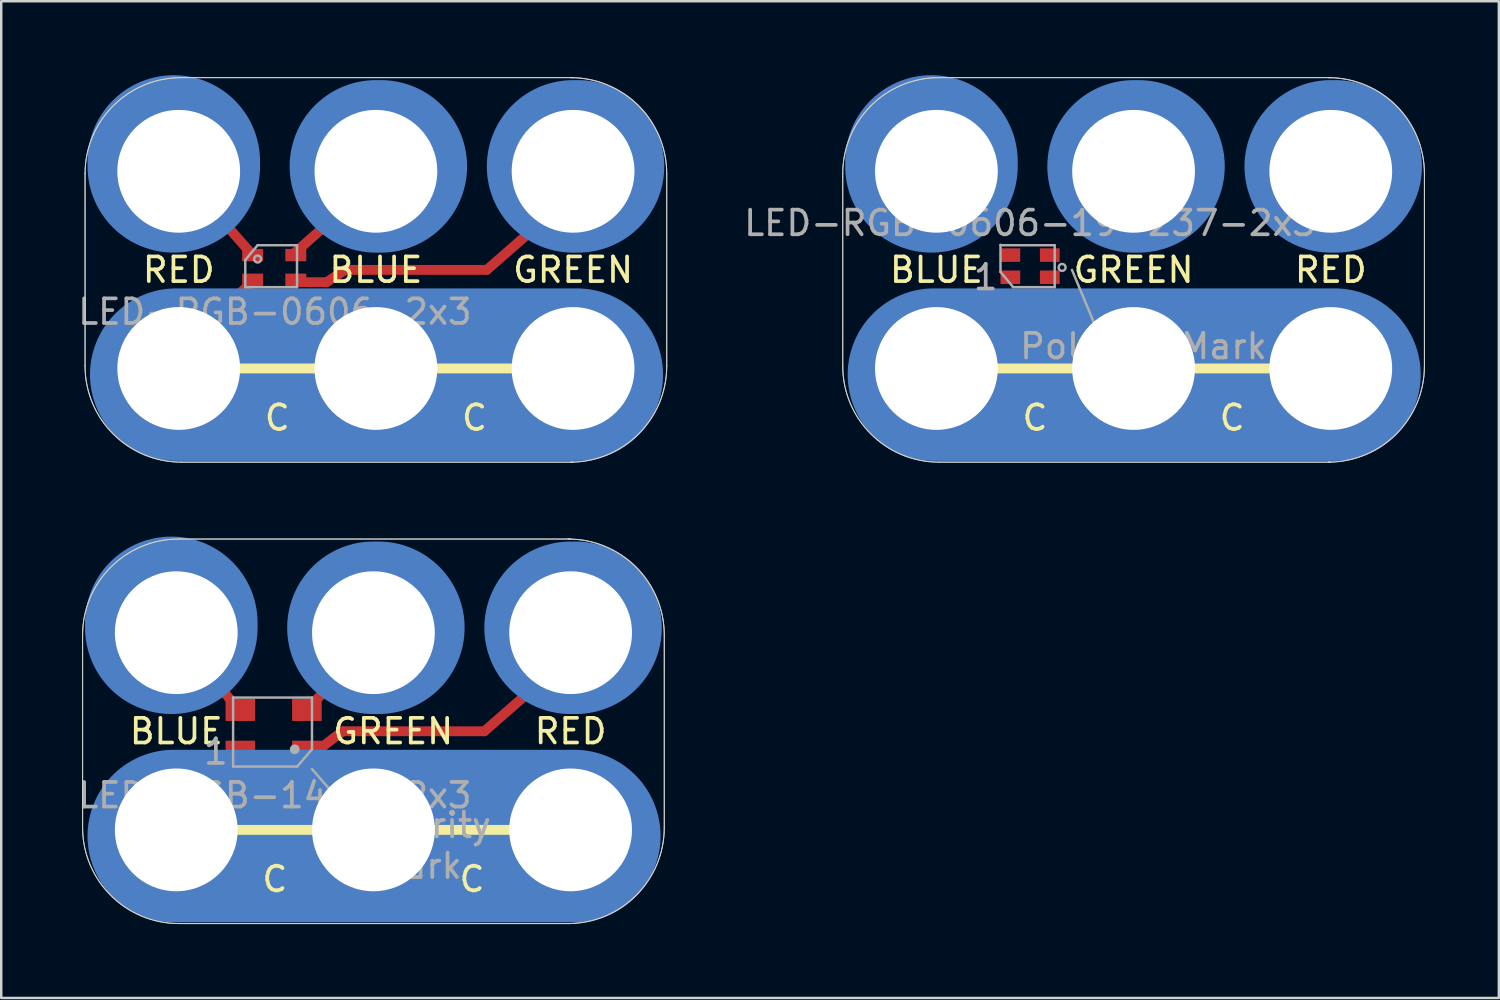
<source format=kicad_pcb>
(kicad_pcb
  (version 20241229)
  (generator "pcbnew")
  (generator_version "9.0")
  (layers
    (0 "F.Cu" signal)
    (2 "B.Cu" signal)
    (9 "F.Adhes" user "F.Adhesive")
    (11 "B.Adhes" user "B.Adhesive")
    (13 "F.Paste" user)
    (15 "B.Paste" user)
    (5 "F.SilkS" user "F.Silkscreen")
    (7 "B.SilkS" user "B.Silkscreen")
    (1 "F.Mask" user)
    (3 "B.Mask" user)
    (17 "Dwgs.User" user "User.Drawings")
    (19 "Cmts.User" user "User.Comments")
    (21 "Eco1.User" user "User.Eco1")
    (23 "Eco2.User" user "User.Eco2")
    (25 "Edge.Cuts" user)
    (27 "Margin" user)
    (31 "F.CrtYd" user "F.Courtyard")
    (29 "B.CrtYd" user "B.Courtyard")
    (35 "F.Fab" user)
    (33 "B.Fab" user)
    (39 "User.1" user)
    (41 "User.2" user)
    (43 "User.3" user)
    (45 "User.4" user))
  (footprint "LED-RGB-0606-2x3"
    (layer "F.Cu")
    (at 4.201 11.9)
    (property "Reference" "LED-RGB-0606-2x3" (at 3.9 -2.3 0) (layer "F.Fab") (effects (font (size 1 1) (thickness 0.15))))
    (attr through_hole)
    (fp_line (start 3 -4.6) (end 0 -8) (stroke (width 0.4) (type solid)) (layer "F.Cu"))
    (fp_line (start 3.1 -3.6) (end -0.3 -0.6) (stroke (width 0.4) (type solid)) (layer "F.Cu"))
    (fp_line (start 4.6 -4.6) (end 8 -7.6) (stroke (width 0.4) (type solid)) (layer "F.Cu"))
    (fp_line (start 4.75 -3.5) (end 6 -3.5) (stroke (width 0.4) (type solid)) (layer "F.Cu"))
    (fp_line (start 6 -3.5) (end 6.75 -4) (stroke (width 0.4) (type solid)) (layer "F.Cu"))
    (fp_line (start 6.75 -4) (end 12.5 -4) (stroke (width 0.4) (type solid)) (layer "F.Cu"))
    (fp_line (start 12.5 -4) (end 16.5 -7.5) (stroke (width 0.4) (type solid)) (layer "F.Cu"))
    (fp_line (start -0.2 -8.2) (end -0.2 -8.4) (stroke (width 7) (type solid)) (layer "B.Cu"))
    (fp_line (start -0.1 0.25) (end 16.15 0.25) (stroke (width 7) (type solid)) (layer "B.Cu"))
    (fp_line (start 8 -8.2) (end 8.2 -8.2) (stroke (width 7) (type solid)) (layer "B.Cu"))
    (fp_line (start 16 -8.2) (end 16.2 -8.2) (stroke (width 7) (type solid)) (layer "B.Cu"))
    (fp_line (start -0.2 -8.2) (end -0.2 -8.4) (stroke (width 7) (type solid)) (layer "B.Mask"))
    (fp_line (start 8 -8.2) (end 8.2 -8.2) (stroke (width 7) (type solid)) (layer "B.Mask"))
    (fp_line (start 16 -8.2) (end 16.2 -8.2) (stroke (width 7) (type solid)) (layer "B.Mask"))
    (fp_line (start 16.25 0.25) (end -0.25 0.25) (stroke (width 7) (type solid)) (layer "B.Mask"))
    (fp_line (start 0.25 0) (end 16.5 0) (stroke (width 0.4) (type solid)) (layer "F.SilkS"))
    (fp_line (start -3.8 -0.1) (end -3.8 -7.9) (stroke (width 0.041) (type solid)) (layer "Edge.Cuts"))
    (fp_line (start 16 -11.8) (end 0.1 -11.8) (stroke (width 0.041) (type solid)) (layer "Edge.Cuts"))
    (fp_line (start 16 3.8) (end 0.1 3.8) (stroke (width 0.041) (type solid)) (layer "Edge.Cuts"))
    (fp_line (start 19.8 -0.1) (end 19.8 -7.9) (stroke (width 0.041) (type solid)) (layer "Edge.Cuts"))
    (fp_arc (start -3.8 -7.9) (mid -2.657716 -10.657716) (end 0.1 -11.8) (stroke (width 0.04064) (type solid)) (layer "Edge.Cuts"))
    (fp_arc (start 0.1 3.8) (mid -2.657716 2.657716) (end -3.8 -0.1) (stroke (width 0.04064) (type solid)) (layer "Edge.Cuts"))
    (fp_arc (start 15.9 -11.8) (mid 18.657716 -10.657716) (end 19.8 -7.9) (stroke (width 0.04064) (type solid)) (layer "Edge.Cuts"))
    (fp_arc (start 19.8 -0.1) (mid 18.657716 2.657716) (end 15.9 3.8) (stroke (width 0.04064) (type solid)) (layer "Edge.Cuts"))
    (fp_line (start -3.8 -0.1) (end -3.8 -7.9) (stroke (width 0.041) (type solid)) (layer "F.Fab"))
    (fp_line (start 2.7 -4.4) (end 2.7 -3.3) (stroke (width 0.1) (type solid)) (layer "F.Fab"))
    (fp_line (start 2.7 -3.3) (end 4.8 -3.3) (stroke (width 0.1) (type solid)) (layer "F.Fab"))
    (fp_line (start 3.2 -5) (end 2.7 -4.4) (stroke (width 0.1) (type solid)) (layer "F.Fab"))
    (fp_line (start 3.2 -5) (end 4.8 -5) (stroke (width 0.1) (type solid)) (layer "F.Fab"))
    (fp_line (start 4.8 -3.3) (end 4.8 -5) (stroke (width 0.1) (type solid)) (layer "F.Fab"))
    (fp_line (start 16 -11.8) (end 0.1 -11.8) (stroke (width 0.041) (type solid)) (layer "F.Fab"))
    (fp_line (start 16 3.8) (end 0.1 3.8) (stroke (width 0.041) (type solid)) (layer "F.Fab"))
    (fp_line (start 19.8 -0.1) (end 19.8 -7.9) (stroke (width 0.041) (type solid)) (layer "F.Fab"))
    (fp_arc (start -3.8 -7.9) (mid -2.657716 -10.657716) (end 0.1 -11.8) (stroke (width 0.04064) (type solid)) (layer "F.Fab"))
    (fp_arc (start 0.1 3.8) (mid -2.657716 2.657716) (end -3.8 -0.1) (stroke (width 0.04064) (type solid)) (layer "F.Fab"))
    (fp_arc (start 15.9 -11.8) (mid 18.657716 -10.657716) (end 19.8 -7.9) (stroke (width 0.04064) (type solid)) (layer "F.Fab"))
    (fp_arc (start 19.8 -0.1) (mid 18.657716 2.657716) (end 15.9 3.8) (stroke (width 0.04064) (type solid)) (layer "F.Fab"))
    (fp_circle (center 3.2 -4.441) (end 3.3 -4.341) (stroke (width 0.1) (type solid)) (fill no) (layer "F.Fab"))
    (fp_text user "BLUE" (at 8 -4 0) (layer "F.SilkS") (effects (font (size 1 1) (thickness 0.15))))
    (fp_text user "GREEN" (at 16 -4 0) (layer "F.SilkS") (effects (font (size 1 1) (thickness 0.15))))
    (fp_text user "C" (at 4 2 0) (layer "F.SilkS") (effects (font (size 1 1) (thickness 0.15))))
    (fp_text user "C" (at 12 2 0) (layer "F.SilkS") (effects (font (size 1 1) (thickness 0.15))))
    (fp_text user "RED" (at 0 -4 180) (layer "F.SilkS") (effects (font (size 1 1) (thickness 0.15))))
    (pad "1" thru_hole circle (at 0 -8) (size 6 6) (drill 4.98) (layers "*.Cu" "B.Mask"))
    (pad "1" smd rect (at 3 -4.6) (size 0.85 0.5) (layers "F.Cu" "F.Mask" "F.Paste"))
    (pad "2" smd rect (at 4.75 -4.6) (size 0.85 0.5) (layers "F.Cu" "F.Mask" "F.Paste"))
    (pad "2" thru_hole circle (at 8 -8) (size 6 6) (drill 4.98) (layers "*.Cu" "B.Mask"))
    (pad "3" thru_hole circle (at 0 0) (size 6 6) (drill 4.98) (layers "*.Cu" "B.Mask"))
    (pad "3" smd rect (at 3 -3.6) (size 0.85 0.5) (layers "F.Cu" "F.Mask" "F.Paste"))
    (pad "3" thru_hole circle (at 8 0) (size 6 6) (drill 4.98) (layers "*.Cu" "B.Mask"))
    (pad "3" thru_hole circle (at 16 0) (size 6 6) (drill 4.98) (layers "*.Cu" "B.Mask"))
    (pad "4" smd rect (at 4.75 -3.6) (size 0.85 0.5) (layers "F.Cu" "F.Mask" "F.Paste"))
    (pad "4" thru_hole circle (at 16 -8) (size 6 6) (drill 4.98) (layers "*.Cu" "B.Mask")))
  (footprint "LED-RGB-0606-19-237-2x3"
    (layer "F.Cu")
    (at 34.942 11.9)
    (property "Reference" "LED-RGB-0606-19-237-2x3" (at 3.8 -5.9 0) (layer "F.Fab") (effects (font (size 1 1) (thickness 0.15))))
    (attr through_hole)
    (fp_line (start -0.2 -8.2) (end -0.2 -8.4) (stroke (width 7) (type solid)) (layer "B.Cu"))
    (fp_line (start -0.1 0.25) (end 16.15 0.25) (stroke (width 7) (type solid)) (layer "B.Cu"))
    (fp_line (start 8 -8.2) (end 8.2 -8.2) (stroke (width 7) (type solid)) (layer "B.Cu"))
    (fp_line (start 16 -8.2) (end 16.2 -8.2) (stroke (width 7) (type solid)) (layer "B.Cu"))
    (fp_line (start -0.2 -8.2) (end -0.2 -8.4) (stroke (width 7) (type solid)) (layer "B.Mask"))
    (fp_line (start 8 -8.2) (end 8.2 -8.2) (stroke (width 7) (type solid)) (layer "B.Mask"))
    (fp_line (start 16 -8.2) (end 16.2 -8.2) (stroke (width 7) (type solid)) (layer "B.Mask"))
    (fp_line (start 16.25 0.25) (end -0.25 0.25) (stroke (width 7) (type solid)) (layer "B.Mask"))
    (fp_line (start 0.25 0) (end 16.5 0) (stroke (width 0.4) (type solid)) (layer "F.SilkS"))
    (fp_line (start -3.8 -0.1) (end -3.8 -7.9) (stroke (width 0.041) (type solid)) (layer "Edge.Cuts"))
    (fp_line (start 16 -11.8) (end 0.1 -11.8) (stroke (width 0.041) (type solid)) (layer "Edge.Cuts"))
    (fp_line (start 16 3.8) (end 0.1 3.8) (stroke (width 0.041) (type solid)) (layer "Edge.Cuts"))
    (fp_line (start 19.8 -0.1) (end 19.8 -7.9) (stroke (width 0.041) (type solid)) (layer "Edge.Cuts"))
    (fp_arc (start -3.8 -7.9) (mid -2.657716 -10.657716) (end 0.1 -11.8) (stroke (width 0.04064) (type solid)) (layer "Edge.Cuts"))
    (fp_arc (start 0.1 3.8) (mid -2.657716 2.657716) (end -3.8 -0.1) (stroke (width 0.04064) (type solid)) (layer "Edge.Cuts"))
    (fp_arc (start 15.9 -11.8) (mid 18.657716 -10.657716) (end 19.8 -7.9) (stroke (width 0.04064) (type solid)) (layer "Edge.Cuts"))
    (fp_arc (start 19.8 -0.1) (mid 18.657716 2.657716) (end 15.9 3.8) (stroke (width 0.04064) (type solid)) (layer "Edge.Cuts"))
    (fp_line (start -3.8 -0.1) (end -3.8 -7.9) (stroke (width 0.041) (type solid)) (layer "F.Fab"))
    (fp_line (start 2.6 -5) (end 4.8 -5) (stroke (width 0.1) (type solid)) (layer "F.Fab"))
    (fp_line (start 2.6 -3.918) (end 2.6 -5.018) (stroke (width 0.1) (type solid)) (layer "F.Fab"))
    (fp_line (start 3.1 -3.318) (end 2.6 -3.918) (stroke (width 0.1) (type solid)) (layer "F.Fab"))
    (fp_line (start 3.1 -3.3) (end 4.8 -3.3) (stroke (width 0.1) (type solid)) (layer "F.Fab"))
    (fp_line (start 4.8 -3.3) (end 4.8 -5) (stroke (width 0.1) (type solid)) (layer "F.Fab"))
    (fp_line (start 5.5 -4) (end 6.5 -1.6) (stroke (width 0.1) (type solid)) (layer "F.Fab"))
    (fp_line (start 16 -11.8) (end 0.1 -11.8) (stroke (width 0.041) (type solid)) (layer "F.Fab"))
    (fp_line (start 16 3.8) (end 0.1 3.8) (stroke (width 0.041) (type solid)) (layer "F.Fab"))
    (fp_line (start 19.8 -0.1) (end 19.8 -7.9) (stroke (width 0.041) (type solid)) (layer "F.Fab"))
    (fp_arc (start -3.8 -7.9) (mid -2.657716 -10.657716) (end 0.1 -11.8) (stroke (width 0.04064) (type solid)) (layer "F.Fab"))
    (fp_arc (start 0.1 3.8) (mid -2.657716 2.657716) (end -3.8 -0.1) (stroke (width 0.04064) (type solid)) (layer "F.Fab"))
    (fp_arc (start 15.9 -11.8) (mid 18.657716 -10.657716) (end 19.8 -7.9) (stroke (width 0.04064) (type solid)) (layer "F.Fab"))
    (fp_arc (start 19.8 -0.1) (mid 18.657716 2.657716) (end 15.9 3.8) (stroke (width 0.04064) (type solid)) (layer "F.Fab"))
    (fp_circle (center 5.1 -4.1) (end 5.2 -4) (stroke (width 0.1) (type solid)) (fill no) (layer "F.Fab"))
    (fp_text user "C" (at 4 2 0) (layer "F.SilkS") (effects (font (size 1 1) (thickness 0.15))))
    (fp_text user "GREEN" (at 8 -4 0) (layer "F.SilkS") (effects (font (size 1 1) (thickness 0.15))))
    (fp_text user "C" (at 12 2 0) (layer "F.SilkS") (effects (font (size 1 1) (thickness 0.15))))
    (fp_text user "BLUE" (at 0 -4 0) (layer "F.SilkS") (effects (font (size 1 1) (thickness 0.15))))
    (fp_text user "RED" (at 16 -4 0) (layer "F.SilkS") (effects (font (size 1 1) (thickness 0.15))))
    (fp_text user "1" (at 2 -3.7 0) (layer "F.Fab") (effects (font (size 1 1) (thickness 0.15))))
    (fp_text user "Polarity Mark" (at 8.4 -0.9 0) (layer "F.Fab") (effects (font (size 1 1) (thickness 0.15))))
    (pad "1" smd rect (at 3 -3.7) (size 0.8 0.55) (layers "F.Cu" "F.Mask" "F.Paste"))
    (pad "2" smd rect (at 3 -4.6) (size 0.8 0.55) (layers "F.Cu" "F.Mask" "F.Paste"))
    (pad "3" smd rect (at 4.6 -4.6) (size 0.8 0.55) (layers "F.Cu" "F.Mask" "F.Paste"))
    (pad "4" thru_hole circle (at 0 0) (size 6 6) (drill 4.98) (layers "*.Cu" "*.Mask"))
    (pad "4" smd rect (at 4.6 -3.7) (size 0.8 0.55) (layers "F.Cu" "F.Mask" "F.Paste"))
    (pad "4" thru_hole circle (at 8 0) (size 6 6) (drill 4.98) (layers "*.Cu" "*.Mask"))
    (pad "4" thru_hole circle (at 16 0) (size 6 6) (drill 4.98) (layers "*.Cu" "*.Mask"))
    (pad "BLU" thru_hole circle (at 0 -8) (size 6 6) (drill 4.98) (layers "*.Cu" "*.Mask"))
    (pad "GRN" thru_hole circle (at 8 -8) (size 6 6) (drill 4.98) (layers "*.Cu" "*.Mask"))
    (pad "RED" thru_hole circle (at 16 -8) (size 6 6) (drill 4.98) (layers "*.Cu" "*.Mask")))
  (footprint "LED-RGB-1411-2x3"
    (layer "F.Cu")
    (at 4.101 30.62)
    (property "Reference" "LED-RGB-1411-2x3" (at 4 -1.4 0) (layer "F.Fab") (effects (font (size 1 1) (thickness 0.15))))
    (attr through_hole)
    (fp_line (start 2.5 -4.9) (end 0 -8) (stroke (width 0.4) (type solid)) (layer "F.Cu"))
    (fp_line (start 2.5 -3.1) (end -0.3 -0.6) (stroke (width 0.4) (type solid)) (layer "F.Cu"))
    (fp_line (start 5.3 -4.9) (end 8 -7.6) (stroke (width 0.4) (type solid)) (layer "F.Cu"))
    (fp_line (start 5.3 -3.2) (end 5.7 -3.2) (stroke (width 0.4) (type solid)) (layer "F.Cu"))
    (fp_line (start 5.7 -3.2) (end 6.75 -4) (stroke (width 0.4) (type solid)) (layer "F.Cu"))
    (fp_line (start 6.75 -4) (end 12.5 -4) (stroke (width 0.4) (type solid)) (layer "F.Cu"))
    (fp_line (start 12.5 -4) (end 16.5 -7.5) (stroke (width 0.4) (type solid)) (layer "F.Cu"))
    (fp_arc (start 0 -5.2) (mid -1.944245 -10.014922) (end 2.798216 -7.900064) (stroke (width 0.6) (type solid)) (layer "F.Mask"))
    (fp_arc (start 2.775064 -0.001784) (mid -2.013637 1.969274) (end 0.000014 -2.801673) (stroke (width 0.6) (type solid)) (layer "F.Mask"))
    (fp_arc (start 5.25 -8.025) (mid 9.93646 -9.914697) (end 7.877679 -5.300016) (stroke (width 0.6) (type solid)) (layer "F.Mask"))
    (fp_arc (start 7.85 -2.75) (mid 9.997796 1.954838) (end 5.219704 -0.024649) (stroke (width 0.6) (type solid)) (layer "F.Mask"))
    (fp_line (start -0.2 -8.2) (end -0.2 -8.4) (stroke (width 7) (type solid)) (layer "B.Cu"))
    (fp_line (start -0.1 0.25) (end 16.15 0.25) (stroke (width 7) (type solid)) (layer "B.Cu"))
    (fp_line (start 8 -8.2) (end 8.2 -8.2) (stroke (width 7) (type solid)) (layer "B.Cu"))
    (fp_line (start 16 -8.2) (end 16.2 -8.2) (stroke (width 7) (type solid)) (layer "B.Cu"))
    (fp_line (start -0.2 -8.2) (end -0.2 -8.4) (stroke (width 7) (type solid)) (layer "B.Mask"))
    (fp_line (start 8 -8.2) (end 8.2 -8.2) (stroke (width 7) (type solid)) (layer "B.Mask"))
    (fp_line (start 16 -8.2) (end 16.2 -8.2) (stroke (width 7) (type solid)) (layer "B.Mask"))
    (fp_line (start 16.25 0.25) (end -0.25 0.25) (stroke (width 7) (type solid)) (layer "B.Mask"))
    (fp_line (start 0.25 0) (end 16.5 0) (stroke (width 0.4) (type solid)) (layer "F.SilkS"))
    (fp_line (start -3.8 -0.1) (end -3.8 -7.9) (stroke (width 0.041) (type solid)) (layer "Edge.Cuts"))
    (fp_line (start 16 -11.8) (end 0.1 -11.8) (stroke (width 0.041) (type solid)) (layer "Edge.Cuts"))
    (fp_line (start 16 3.8) (end 0.1 3.8) (stroke (width 0.041) (type solid)) (layer "Edge.Cuts"))
    (fp_line (start 19.8 -0.1) (end 19.8 -7.9) (stroke (width 0.041) (type solid)) (layer "Edge.Cuts"))
    (fp_arc (start -3.8 -7.9) (mid -2.657716 -10.657716) (end 0.1 -11.8) (stroke (width 0.04064) (type solid)) (layer "Edge.Cuts"))
    (fp_arc (start 0.1 3.8) (mid -2.657716 2.657716) (end -3.8 -0.1) (stroke (width 0.04064) (type solid)) (layer "Edge.Cuts"))
    (fp_arc (start 15.9 -11.8) (mid 18.657716 -10.657716) (end 19.8 -7.9) (stroke (width 0.04064) (type solid)) (layer "Edge.Cuts"))
    (fp_arc (start 19.8 -0.1) (mid 18.657716 2.657716) (end 15.9 3.8) (stroke (width 0.04064) (type solid)) (layer "Edge.Cuts"))
    (fp_line (start -3.8 -0.1) (end -3.8 -7.9) (stroke (width 0.041) (type solid)) (layer "F.Fab"))
    (fp_line (start 2.307 -2.569) (end 2.307 -5.369) (stroke (width 0.1) (type solid)) (layer "F.Fab"))
    (fp_line (start 2.307 -2.569) (end 4.907 -2.569) (stroke (width 0.1) (type solid)) (layer "F.Fab"))
    (fp_line (start 5.507 -5.369) (end 2.307 -5.369) (stroke (width 0.1) (type solid)) (layer "F.Fab"))
    (fp_line (start 5.507 -5.369) (end 5.507 -3.269) (stroke (width 0.1) (type solid)) (layer "F.Fab"))
    (fp_line (start 5.507 -3.269) (end 4.907 -2.569) (stroke (width 0.1) (type solid)) (layer "F.Fab"))
    (fp_line (start 5.507 -2.469) (end 6.807 -0.969) (stroke (width 0.1) (type solid)) (layer "F.Fab"))
    (fp_line (start 16 -11.8) (end 0.1 -11.8) (stroke (width 0.041) (type solid)) (layer "F.Fab"))
    (fp_line (start 16 3.8) (end 0.1 3.8) (stroke (width 0.041) (type solid)) (layer "F.Fab"))
    (fp_line (start 19.8 -0.1) (end 19.8 -7.9) (stroke (width 0.041) (type solid)) (layer "F.Fab"))
    (fp_arc (start -3.8 -7.9) (mid -2.657716 -10.657716) (end 0.1 -11.8) (stroke (width 0.04064) (type solid)) (layer "F.Fab"))
    (fp_arc (start 0.1 3.8) (mid -2.657716 2.657716) (end -3.8 -0.1) (stroke (width 0.04064) (type solid)) (layer "F.Fab"))
    (fp_arc (start 15.9 -11.8) (mid 18.657716 -10.657716) (end 19.8 -7.9) (stroke (width 0.04064) (type solid)) (layer "F.Fab"))
    (fp_arc (start 19.8 -0.1) (mid 18.657716 2.657716) (end 15.9 3.8) (stroke (width 0.04064) (type solid)) (layer "F.Fab"))
    (fp_circle (center 4.807 -3.269) (end 4.807 -3.369) (stroke (width 0.2) (type solid)) (fill no) (layer "F.Fab"))
    (fp_text user "RED" (at 16 -4 0) (layer "F.SilkS") (effects (font (size 1 1) (thickness 0.15))))
    (fp_text user "BLUE" (at 0 -4 0) (layer "F.SilkS") (effects (font (size 1 1) (thickness 0.15))))
    (fp_text user "GREEN" (at 8.8 -4 0) (layer "F.SilkS") (effects (font (size 1 1) (thickness 0.15))))
    (fp_text user "C" (at 4 2 0) (layer "F.SilkS") (effects (font (size 1 1) (thickness 0.15))))
    (fp_text user "C" (at 12 2 0) (layer "F.SilkS") (effects (font (size 1 1) (thickness 0.15))))
    (fp_text user "Mark" (at 9.841 1.462 180) (layer "F.Fab") (effects (font (size 1 1) (thickness 0.15))))
    (fp_text user "1" (at 1.607 -3.169 180) (layer "F.Fab") (effects (font (size 1 1) (thickness 0.15))))
    (fp_text user "Polarity" (at 9.882 -0.192 180) (layer "F.Fab") (effects (font (size 1 1) (thickness 0.15))))
    (pad "1" thru_hole circle (at 0 -8) (size 6 6) (drill 4.98) (layers "*.Cu" "B.Mask"))
    (pad "2" thru_hole circle (at 8 -8) (size 6 6) (drill 4.98) (layers "*.Cu" "B.Mask"))
    (pad "3" thru_hole circle (at 0 0) (size 6 6) (drill 4.98) (layers "*.Cu" "B.Mask"))
    (pad "3" thru_hole circle (at 8 0) (size 6 6) (drill 4.98) (layers "*.Cu" "B.Mask"))
    (pad "3" thru_hole circle (at 16 0) (size 6 6) (drill 4.98) (layers "*.Cu" "*.Mask"))
    (pad "4" thru_hole circle (at 16 -8) (size 6 6) (drill 4.98) (layers "*.Cu" "*.Mask"))
    (pad "A" smd rect (at 2.6 -3.169 180) (size 1.2 0.9) (layers "F.Cu" "F.Mask" "F.Paste"))
    (pad "B" smd rect (at 2.6 -4.869 180) (size 1.2 0.9) (layers "F.Cu" "F.Mask" "F.Paste"))
    (pad "G" smd rect (at 5.3 -4.869 180) (size 1.2 0.9) (layers "F.Cu" "F.Mask" "F.Paste"))
    (pad "R" smd rect (at 5.3 -3.169 180) (size 1.2 0.9) (layers "F.Cu" "F.Mask" "F.Paste")))
  (gr_rect
    (start -3 -3)
    (end 57.762 37.441)
    (stroke (width 0.1) (type default))
    (fill no)
    (layer "Edge.Cuts")))
</source>
